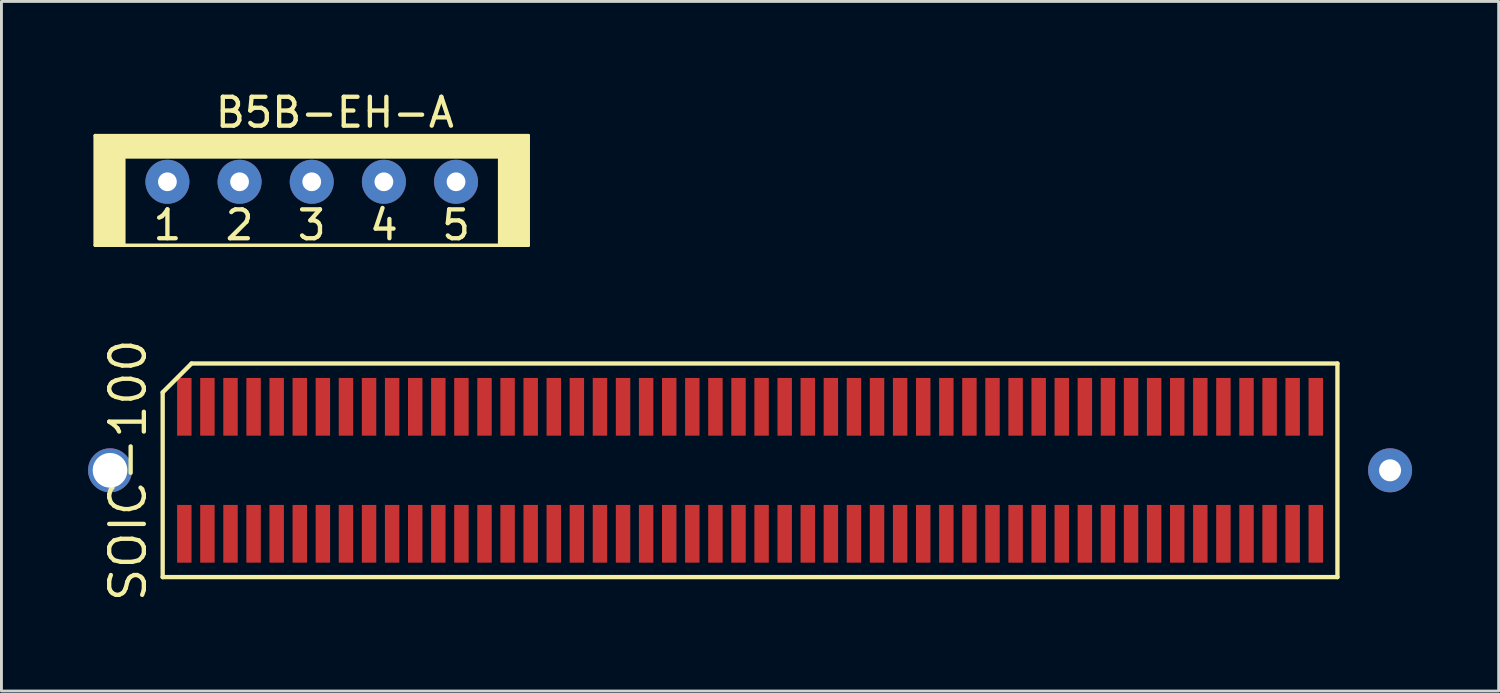
<source format=kicad_pcb>
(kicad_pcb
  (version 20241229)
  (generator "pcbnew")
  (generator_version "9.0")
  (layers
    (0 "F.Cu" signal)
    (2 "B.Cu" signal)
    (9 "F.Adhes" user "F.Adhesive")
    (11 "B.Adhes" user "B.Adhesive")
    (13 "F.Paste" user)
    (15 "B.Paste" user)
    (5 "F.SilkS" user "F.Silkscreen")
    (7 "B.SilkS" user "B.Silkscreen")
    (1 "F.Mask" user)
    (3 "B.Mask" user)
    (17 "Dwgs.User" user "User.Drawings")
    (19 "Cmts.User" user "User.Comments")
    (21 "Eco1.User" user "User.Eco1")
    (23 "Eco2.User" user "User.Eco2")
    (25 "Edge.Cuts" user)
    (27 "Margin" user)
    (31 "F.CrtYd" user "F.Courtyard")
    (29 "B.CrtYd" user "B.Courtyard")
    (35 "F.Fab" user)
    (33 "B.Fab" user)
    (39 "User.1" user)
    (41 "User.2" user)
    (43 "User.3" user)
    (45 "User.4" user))
  (footprint "B5B-EH-A"
    (layer "F.Cu")
    (at 0.25 1.648)
    (property "Reference" "B5B-EH-A" (at 8.3 -0.8 0) (layer "F.SilkS") (effects (font (size 1 1) (thickness 0.15))))
    (attr through_hole)
    (fp_line (start 0 0) (end 0 3.8) (stroke (width 0.12) (type solid)) (layer "F.SilkS"))
    (fp_line (start 0 0) (end 15 0) (stroke (width 0.12) (type solid)) (layer "F.SilkS"))
    (fp_line (start 0 3.8) (end 15 3.8) (stroke (width 0.12) (type solid)) (layer "F.SilkS"))
    (fp_line (start 15 0) (end 15 3.8) (stroke (width 0.12) (type solid)) (layer "F.SilkS"))
    (fp_poly (pts (xy 0 0) (xy 0 0.75) (xy 15 0.75) (xy 15 0)) (stroke (width 0.1) (type solid)) (fill yes) (layer "F.SilkS"))
    (fp_poly (pts (xy 0 3.8) (xy 0 0.8) (xy 1 0.8) (xy 1 3.8)) (stroke (width 0.1) (type solid)) (fill yes) (layer "F.SilkS"))
    (fp_poly (pts (xy 15 3.8) (xy 15 0.8) (xy 14 0.8) (xy 14 3.8)) (stroke (width 0.1) (type solid)) (fill yes) (layer "F.SilkS"))
    (fp_text user "1" (at 2.5 3.1 0) (layer "F.SilkS") (effects (font (size 1 1) (thickness 0.15))))
    (fp_text user "4" (at 10 3.1 0) (layer "F.SilkS") (effects (font (size 1 1) (thickness 0.15))))
    (fp_text user "5" (at 12.5 3.1 0) (layer "F.SilkS") (effects (font (size 1 1) (thickness 0.15))))
    (fp_text user "3" (at 7.5 3.1 0) (layer "F.SilkS") (effects (font (size 1 1) (thickness 0.15))))
    (fp_text user "2" (at 5 3.1 0) (layer "F.SilkS") (effects (font (size 1 1) (thickness 0.15))))
    (pad "1" thru_hole circle (at 2.5 1.6) (size 1.524 1.524) (drill 0.65) (layers "*.Cu" "*.Mask"))
    (pad "2" thru_hole circle (at 5 1.6) (size 1.524 1.524) (drill 0.65) (layers "*.Cu" "*.Mask"))
    (pad "3" thru_hole circle (at 7.5 1.6) (size 1.524 1.524) (drill 0.65) (layers "*.Cu" "*.Mask"))
    (pad "4" thru_hole circle (at 10 1.6) (size 1.524 1.524) (drill 0.65) (layers "*.Cu" "*.Mask"))
    (pad "5" thru_hole circle (at 12.5 1.6) (size 1.524 1.524) (drill 0.65) (layers "*.Cu" "*.Mask")))
  (footprint "SOIC-100"
    (layer "F.Cu")
    (at 22.936 13.244)
    (property "Reference" "SOIC-100" (at -21.55 0 90) (layer "F.SilkS") (effects (font (size 1.2 1.2) (thickness 0.15))))
    (attr through_hole)
    (fp_line (start -20.35 -2.7) (end -20.35 3.7) (stroke (width 0.15) (type solid)) (layer "F.SilkS"))
    (fp_line (start -20.35 3.7) (end 20.35 3.7) (stroke (width 0.15) (type solid)) (layer "F.SilkS"))
    (fp_line (start -19.35 -3.7) (end -20.35 -2.7) (stroke (width 0.15) (type solid)) (layer "F.SilkS"))
    (fp_line (start 20.35 -3.7) (end -19.35 -3.7) (stroke (width 0.15) (type solid)) (layer "F.SilkS"))
    (fp_line (start 20.35 3.7) (end 20.35 -3.7) (stroke (width 0.15) (type solid)) (layer "F.SilkS"))
    (pad "" thru_hole circle (at -22.174 0) (size 1.524 1.524) (drill 1.2) (layers "*.Cu" "*.Mask"))
    (pad "1" smd rect (at -19.6 2.2) (size 0.5 2) (layers "F.Cu" "F.Mask" "F.Paste"))
    (pad "2" smd rect (at -18.8 2.2) (size 0.5 2) (layers "F.Cu" "F.Mask" "F.Paste"))
    (pad "2" thru_hole circle (at 22.174 0) (size 1.524 1.524) (drill 0.762) (layers "*.Cu" "*.Mask"))
    (pad "3" smd rect (at -18 2.2) (size 0.5 2) (layers "F.Cu" "F.Mask" "F.Paste"))
    (pad "4" smd rect (at -17.2 2.2) (size 0.5 2) (layers "F.Cu" "F.Mask" "F.Paste"))
    (pad "5" smd rect (at -16.4 2.2) (size 0.5 2) (layers "F.Cu" "F.Mask" "F.Paste"))
    (pad "6" smd rect (at -15.6 2.2) (size 0.5 2) (layers "F.Cu" "F.Mask" "F.Paste"))
    (pad "7" smd rect (at -14.8 2.2) (size 0.5 2) (layers "F.Cu" "F.Mask" "F.Paste"))
    (pad "8" smd rect (at -14 2.2) (size 0.5 2) (layers "F.Cu" "F.Mask" "F.Paste"))
    (pad "9" smd rect (at -13.2 2.2) (size 0.5 2) (layers "F.Cu" "F.Mask" "F.Paste"))
    (pad "10" smd rect (at -12.4 2.2) (size 0.5 2) (layers "F.Cu" "F.Mask" "F.Paste"))
    (pad "11" smd rect (at -11.6 2.2) (size 0.5 2) (layers "F.Cu" "F.Mask" "F.Paste"))
    (pad "12" smd rect (at -10.8 2.2) (size 0.5 2) (layers "F.Cu" "F.Mask" "F.Paste"))
    (pad "13" smd rect (at -10 2.2) (size 0.5 2) (layers "F.Cu" "F.Mask" "F.Paste"))
    (pad "14" smd rect (at -9.2 2.2) (size 0.5 2) (layers "F.Cu" "F.Mask" "F.Paste"))
    (pad "15" smd rect (at -8.4 2.2) (size 0.5 2) (layers "F.Cu" "F.Mask" "F.Paste"))
    (pad "16" smd rect (at -7.6 2.2) (size 0.5 2) (layers "F.Cu" "F.Mask" "F.Paste"))
    (pad "17" smd rect (at -6.8 2.2) (size 0.5 2) (layers "F.Cu" "F.Mask" "F.Paste"))
    (pad "18" smd rect (at -6 2.2) (size 0.5 2) (layers "F.Cu" "F.Mask" "F.Paste"))
    (pad "19" smd rect (at -5.2 2.2) (size 0.5 2) (layers "F.Cu" "F.Mask" "F.Paste"))
    (pad "20" smd rect (at -4.4 2.2) (size 0.5 2) (layers "F.Cu" "F.Mask" "F.Paste"))
    (pad "21" smd rect (at -3.6 2.2) (size 0.5 2) (layers "F.Cu" "F.Mask" "F.Paste"))
    (pad "22" smd rect (at -2.8 2.2) (size 0.5 2) (layers "F.Cu" "F.Mask" "F.Paste"))
    (pad "23" smd rect (at -2 2.2) (size 0.5 2) (layers "F.Cu" "F.Mask" "F.Paste"))
    (pad "24" smd rect (at -1.2 2.2) (size 0.5 2) (layers "F.Cu" "F.Mask" "F.Paste"))
    (pad "25" smd rect (at -0.4 2.2) (size 0.5 2) (layers "F.Cu" "F.Mask" "F.Paste"))
    (pad "26" smd rect (at 0.4 2.2) (size 0.5 2) (layers "F.Cu" "F.Mask" "F.Paste"))
    (pad "27" smd rect (at 1.2 2.2) (size 0.5 2) (layers "F.Cu" "F.Mask" "F.Paste"))
    (pad "28" smd rect (at 2 2.2) (size 0.5 2) (layers "F.Cu" "F.Mask" "F.Paste"))
    (pad "29" smd rect (at 2.8 2.2) (size 0.5 2) (layers "F.Cu" "F.Mask" "F.Paste"))
    (pad "30" smd rect (at 3.6 2.2) (size 0.5 2) (layers "F.Cu" "F.Mask" "F.Paste"))
    (pad "31" smd rect (at 4.4 2.2) (size 0.5 2) (layers "F.Cu" "F.Mask" "F.Paste"))
    (pad "32" smd rect (at 5.2 2.2) (size 0.5 2) (layers "F.Cu" "F.Mask" "F.Paste"))
    (pad "33" smd rect (at 6 2.2) (size 0.5 2) (layers "F.Cu" "F.Mask" "F.Paste"))
    (pad "34" smd rect (at 6.8 2.2) (size 0.5 2) (layers "F.Cu" "F.Mask" "F.Paste"))
    (pad "35" smd rect (at 7.6 2.2) (size 0.5 2) (layers "F.Cu" "F.Mask" "F.Paste"))
    (pad "36" smd rect (at 8.4 2.2) (size 0.5 2) (layers "F.Cu" "F.Mask" "F.Paste"))
    (pad "37" smd rect (at 9.2 2.2) (size 0.5 2) (layers "F.Cu" "F.Mask" "F.Paste"))
    (pad "38" smd rect (at 10 2.2) (size 0.5 2) (layers "F.Cu" "F.Mask" "F.Paste"))
    (pad "39" smd rect (at 10.8 2.2) (size 0.5 2) (layers "F.Cu" "F.Mask" "F.Paste"))
    (pad "40" smd rect (at 11.6 2.2) (size 0.5 2) (layers "F.Cu" "F.Mask" "F.Paste"))
    (pad "41" smd rect (at 12.4 2.2) (size 0.5 2) (layers "F.Cu" "F.Mask" "F.Paste"))
    (pad "42" smd rect (at 13.2 2.2) (size 0.5 2) (layers "F.Cu" "F.Mask" "F.Paste"))
    (pad "43" smd rect (at 14 2.2) (size 0.5 2) (layers "F.Cu" "F.Mask" "F.Paste"))
    (pad "44" smd rect (at 14.8 2.2) (size 0.5 2) (layers "F.Cu" "F.Mask" "F.Paste"))
    (pad "45" smd rect (at 15.6 2.2) (size 0.5 2) (layers "F.Cu" "F.Mask" "F.Paste"))
    (pad "46" smd rect (at 16.4 2.2) (size 0.5 2) (layers "F.Cu" "F.Mask" "F.Paste"))
    (pad "47" smd rect (at 17.2 2.2) (size 0.5 2) (layers "F.Cu" "F.Mask" "F.Paste"))
    (pad "48" smd rect (at 18 2.2) (size 0.5 2) (layers "F.Cu" "F.Mask" "F.Paste"))
    (pad "49" smd rect (at 18.8 2.2) (size 0.5 2) (layers "F.Cu" "F.Mask" "F.Paste"))
    (pad "50" smd rect (at 19.6 2.2) (size 0.5 2) (layers "F.Cu" "F.Mask" "F.Paste"))
    (pad "51" smd rect (at 19.6 -2.2) (size 0.5 2) (layers "F.Cu" "F.Mask" "F.Paste"))
    (pad "52" smd rect (at 18.8 -2.2) (size 0.5 2) (layers "F.Cu" "F.Mask" "F.Paste"))
    (pad "53" smd rect (at 18 -2.2) (size 0.5 2) (layers "F.Cu" "F.Mask" "F.Paste"))
    (pad "54" smd rect (at 17.2 -2.2) (size 0.5 2) (layers "F.Cu" "F.Mask" "F.Paste"))
    (pad "55" smd rect (at 16.4 -2.2) (size 0.5 2) (layers "F.Cu" "F.Mask" "F.Paste"))
    (pad "56" smd rect (at 15.6 -2.2) (size 0.5 2) (layers "F.Cu" "F.Mask" "F.Paste"))
    (pad "57" smd rect (at 14.8 -2.2) (size 0.5 2) (layers "F.Cu" "F.Mask" "F.Paste"))
    (pad "58" smd rect (at 14 -2.2) (size 0.5 2) (layers "F.Cu" "F.Mask" "F.Paste"))
    (pad "59" smd rect (at 13.2 -2.2) (size 0.5 2) (layers "F.Cu" "F.Mask" "F.Paste"))
    (pad "60" smd rect (at 12.4 -2.2) (size 0.5 2) (layers "F.Cu" "F.Mask" "F.Paste"))
    (pad "61" smd rect (at 11.6 -2.2) (size 0.5 2) (layers "F.Cu" "F.Mask" "F.Paste"))
    (pad "62" smd rect (at 10.8 -2.2) (size 0.5 2) (layers "F.Cu" "F.Mask" "F.Paste"))
    (pad "63" smd rect (at 10 -2.2) (size 0.5 2) (layers "F.Cu" "F.Mask" "F.Paste"))
    (pad "64" smd rect (at 9.2 -2.2) (size 0.5 2) (layers "F.Cu" "F.Mask" "F.Paste"))
    (pad "65" smd rect (at 8.4 -2.2) (size 0.5 2) (layers "F.Cu" "F.Mask" "F.Paste"))
    (pad "66" smd rect (at 7.6 -2.2) (size 0.5 2) (layers "F.Cu" "F.Mask" "F.Paste"))
    (pad "67" smd rect (at 6.8 -2.2) (size 0.5 2) (layers "F.Cu" "F.Mask" "F.Paste"))
    (pad "68" smd rect (at 6 -2.2) (size 0.5 2) (layers "F.Cu" "F.Mask" "F.Paste"))
    (pad "69" smd rect (at 5.2 -2.2) (size 0.5 2) (layers "F.Cu" "F.Mask" "F.Paste"))
    (pad "70" smd rect (at 4.4 -2.2) (size 0.5 2) (layers "F.Cu" "F.Mask" "F.Paste"))
    (pad "71" smd rect (at 3.6 -2.2) (size 0.5 2) (layers "F.Cu" "F.Mask" "F.Paste"))
    (pad "72" smd rect (at 2.8 -2.2) (size 0.5 2) (layers "F.Cu" "F.Mask" "F.Paste"))
    (pad "73" smd rect (at 2 -2.2) (size 0.5 2) (layers "F.Cu" "F.Mask" "F.Paste"))
    (pad "74" smd rect (at 1.2 -2.2) (size 0.5 2) (layers "F.Cu" "F.Mask" "F.Paste"))
    (pad "75" smd rect (at 0.4 -2.2) (size 0.5 2) (layers "F.Cu" "F.Mask" "F.Paste"))
    (pad "76" smd rect (at -0.4 -2.2) (size 0.5 2) (layers "F.Cu" "F.Mask" "F.Paste"))
    (pad "77" smd rect (at -1.2 -2.2) (size 0.5 2) (layers "F.Cu" "F.Mask" "F.Paste"))
    (pad "78" smd rect (at -2 -2.2) (size 0.5 2) (layers "F.Cu" "F.Mask" "F.Paste"))
    (pad "79" smd rect (at -2.8 -2.2) (size 0.5 2) (layers "F.Cu" "F.Mask" "F.Paste"))
    (pad "80" smd rect (at -3.6 -2.2) (size 0.5 2) (layers "F.Cu" "F.Mask" "F.Paste"))
    (pad "81" smd rect (at -4.4 -2.2) (size 0.5 2) (layers "F.Cu" "F.Mask" "F.Paste"))
    (pad "82" smd rect (at -5.2 -2.2) (size 0.5 2) (layers "F.Cu" "F.Mask" "F.Paste"))
    (pad "83" smd rect (at -6 -2.2) (size 0.5 2) (layers "F.Cu" "F.Mask" "F.Paste"))
    (pad "84" smd rect (at -6.8 -2.2) (size 0.5 2) (layers "F.Cu" "F.Mask" "F.Paste"))
    (pad "85" smd rect (at -7.6 -2.2) (size 0.5 2) (layers "F.Cu" "F.Mask" "F.Paste"))
    (pad "86" smd rect (at -8.4 -2.2) (size 0.5 2) (layers "F.Cu" "F.Mask" "F.Paste"))
    (pad "87" smd rect (at -9.2 -2.2) (size 0.5 2) (layers "F.Cu" "F.Mask" "F.Paste"))
    (pad "88" smd rect (at -10 -2.2) (size 0.5 2) (layers "F.Cu" "F.Mask" "F.Paste"))
    (pad "89" smd rect (at -10.8 -2.2) (size 0.5 2) (layers "F.Cu" "F.Mask" "F.Paste"))
    (pad "90" smd rect (at -11.6 -2.2) (size 0.5 2) (layers "F.Cu" "F.Mask" "F.Paste"))
    (pad "91" smd rect (at -12.4 -2.2) (size 0.5 2) (layers "F.Cu" "F.Mask" "F.Paste"))
    (pad "92" smd rect (at -13.2 -2.2) (size 0.5 2) (layers "F.Cu" "F.Mask" "F.Paste"))
    (pad "93" smd rect (at -14 -2.2) (size 0.5 2) (layers "F.Cu" "F.Mask" "F.Paste"))
    (pad "94" smd rect (at -14.8 -2.2) (size 0.5 2) (layers "F.Cu" "F.Mask" "F.Paste"))
    (pad "95" smd rect (at -15.6 -2.2) (size 0.5 2) (layers "F.Cu" "F.Mask" "F.Paste"))
    (pad "96" smd rect (at -16.4 -2.2) (size 0.5 2) (layers "F.Cu" "F.Mask" "F.Paste"))
    (pad "97" smd rect (at -17.2 -2.2) (size 0.5 2) (layers "F.Cu" "F.Mask" "F.Paste"))
    (pad "98" smd rect (at -18 -2.2) (size 0.5 2) (layers "F.Cu" "F.Mask" "F.Paste"))
    (pad "99" smd rect (at -18.8 -2.2) (size 0.5 2) (layers "F.Cu" "F.Mask" "F.Paste"))
    (pad "100" smd rect (at -19.6 -2.2) (size 0.5 2) (layers "F.Cu" "F.Mask" "F.Paste")))
  (gr_rect
    (start -3 -3)
    (end 48.872 20.892)
    (stroke (width 0.1) (type default))
    (fill no)
    (layer "Edge.Cuts")))
</source>
